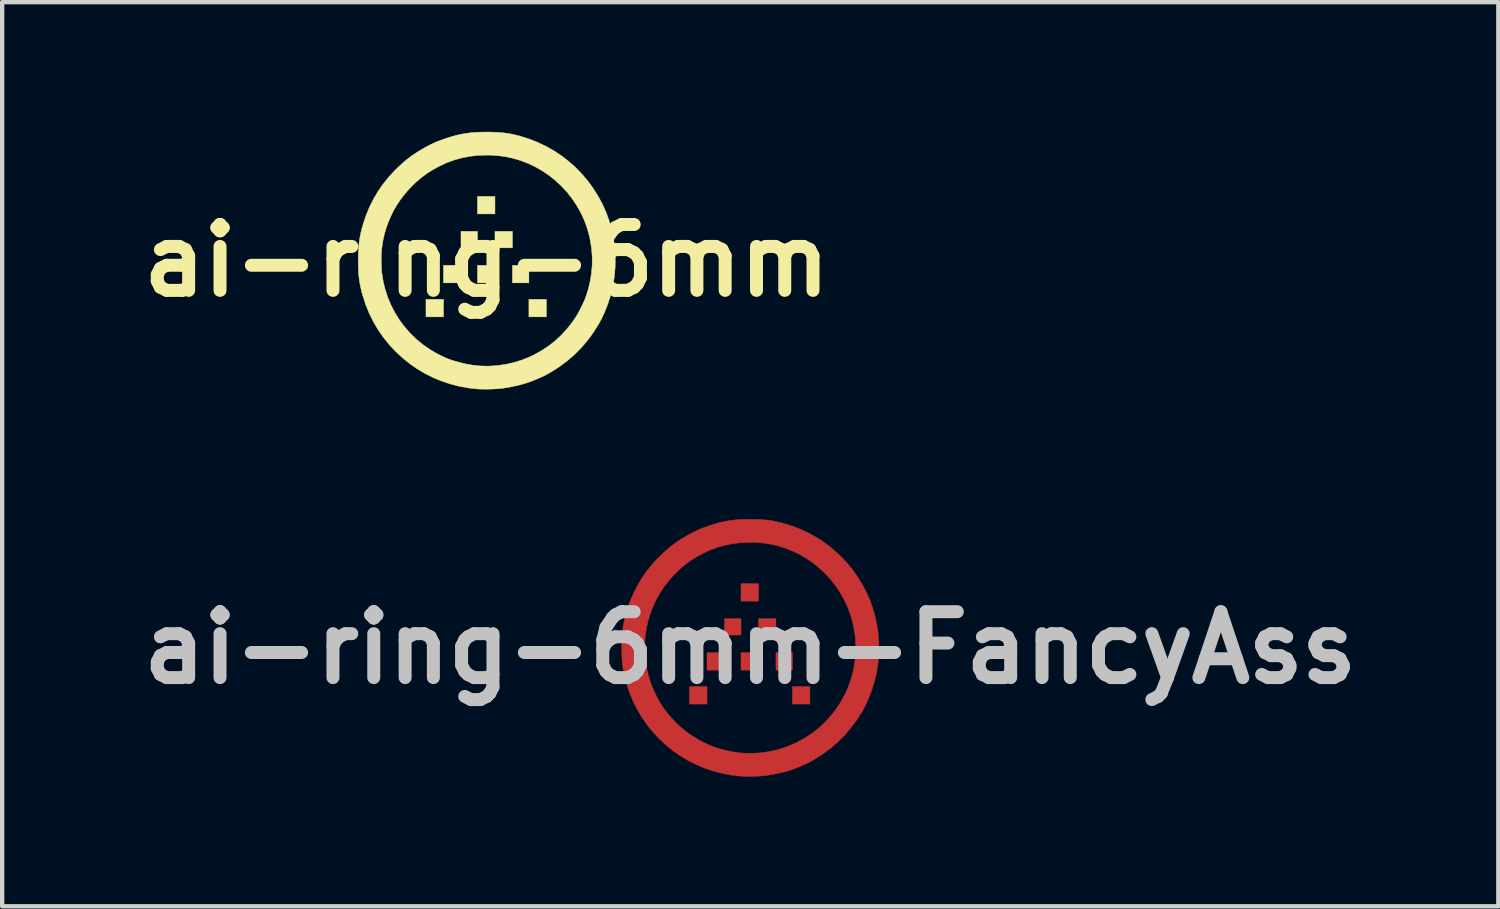
<source format=kicad_pcb>
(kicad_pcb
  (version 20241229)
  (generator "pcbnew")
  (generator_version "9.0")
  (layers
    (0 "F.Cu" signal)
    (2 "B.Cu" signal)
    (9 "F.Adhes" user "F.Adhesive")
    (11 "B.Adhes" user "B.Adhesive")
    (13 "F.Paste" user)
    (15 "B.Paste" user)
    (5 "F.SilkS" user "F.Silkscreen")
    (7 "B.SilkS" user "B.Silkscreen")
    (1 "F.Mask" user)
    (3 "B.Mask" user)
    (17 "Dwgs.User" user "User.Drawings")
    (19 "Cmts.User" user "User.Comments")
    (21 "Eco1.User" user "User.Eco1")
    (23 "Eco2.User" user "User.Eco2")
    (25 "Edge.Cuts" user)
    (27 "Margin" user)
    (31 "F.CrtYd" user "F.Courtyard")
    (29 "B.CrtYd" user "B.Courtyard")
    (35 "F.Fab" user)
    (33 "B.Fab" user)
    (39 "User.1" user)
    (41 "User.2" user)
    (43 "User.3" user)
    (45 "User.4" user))
  (footprint "ai-ring-6mm"
    (layer "F.Cu")
    (at 8.208 2.977)
    (property "Reference" "ai-ring-6mm" (at 0 0 0) (layer "F.SilkS") (effects (font (size 1.524 1.524) (thickness 0.3))))
    (attr through_hole)
    (fp_poly (pts (xy -1 1.302) (xy -1.405 1.302) (xy -1.405 0.897) (xy -1 0.897) (xy -1 1.302)) (stroke (width 0.01) (type solid)) (fill yes) (layer "F.SilkS"))
    (fp_poly (pts (xy -0.595 0.516) (xy -1 0.516) (xy -1 0.111) (xy -0.595 0.111) (xy -0.595 0.516)) (stroke (width 0.01) (type solid)) (fill yes) (layer "F.SilkS"))
    (fp_poly (pts (xy -0.214 -0.294) (xy -0.595 -0.294) (xy -0.595 -0.675) (xy -0.214 -0.675) (xy -0.214 -0.294)) (stroke (width 0.01) (type solid)) (fill yes) (layer "F.SilkS"))
    (fp_poly (pts (xy 0.191 -1.079) (xy -0.214 -1.079) (xy -0.214 -1.484) (xy 0.191 -1.484) (xy 0.191 -1.079)) (stroke (width 0.01) (type solid)) (fill yes) (layer "F.SilkS"))
    (fp_poly (pts (xy 0.191 0.516) (xy -0.214 0.516) (xy -0.214 0.111) (xy 0.191 0.111) (xy 0.191 0.516)) (stroke (width 0.01) (type solid)) (fill yes) (layer "F.SilkS"))
    (fp_poly (pts (xy 0.595 -0.294) (xy 0.191 -0.294) (xy 0.191 -0.675) (xy 0.595 -0.675) (xy 0.595 -0.294)) (stroke (width 0.01) (type solid)) (fill yes) (layer "F.SilkS"))
    (fp_poly (pts (xy 0.976 0.516) (xy 0.595 0.516) (xy 0.595 0.111) (xy 0.976 0.111) (xy 0.976 0.516)) (stroke (width 0.01) (type solid)) (fill yes) (layer "F.SilkS"))
    (fp_poly (pts (xy 1.381 1.302) (xy 0.976 1.302) (xy 0.976 0.897) (xy 1.381 0.897) (xy 1.381 1.302)) (stroke (width 0.01) (type solid)) (fill yes) (layer "F.SilkS"))
    (fp_poly (pts (xy 0.004 -2.972) (xy 0.128 -2.971) (xy 0.24 -2.966) (xy 0.342 -2.959) (xy 0.439 -2.948) (xy 0.533 -2.933) (xy 0.628 -2.914) (xy 0.727 -2.89) (xy 0.773 -2.878) (xy 0.981 -2.812) (xy 1.183 -2.733) (xy 1.378 -2.64) (xy 1.565 -2.534) (xy 1.743 -2.414) (xy 1.895 -2.296) (xy 2.053 -2.156) (xy 2.2 -2.004) (xy 2.337 -1.843) (xy 2.461 -1.673) (xy 2.573 -1.496) (xy 2.673 -1.313) (xy 2.758 -1.124) (xy 2.829 -0.93) (xy 2.878 -0.762) (xy 2.911 -0.622) (xy 2.936 -0.49) (xy 2.955 -0.361) (xy 2.967 -0.229) (xy 2.973 -0.089) (xy 2.974 -0.064) (xy 2.971 0.155) (xy 2.953 0.37) (xy 2.92 0.581) (xy 2.87 0.788) (xy 2.806 0.993) (xy 2.742 1.156) (xy 2.714 1.222) (xy 2.689 1.276) (xy 2.668 1.323) (xy 2.646 1.366) (xy 2.623 1.408) (xy 2.597 1.455) (xy 2.568 1.504) (xy 2.449 1.69) (xy 2.318 1.865) (xy 2.177 2.028) (xy 2.025 2.18) (xy 1.861 2.321) (xy 1.687 2.451) (xy 1.504 2.568) (xy 1.451 2.599) (xy 1.405 2.625) (xy 1.363 2.648) (xy 1.32 2.669) (xy 1.273 2.691) (xy 1.218 2.715) (xy 1.156 2.742) (xy 1.06 2.781) (xy 0.972 2.814) (xy 0.884 2.843) (xy 0.793 2.869) (xy 0.71 2.889) (xy 0.546 2.925) (xy 0.389 2.951) (xy 0.235 2.967) (xy 0.079 2.974) (xy -0.012 2.975) (xy -0.063 2.974) (xy -0.111 2.974) (xy -0.153 2.973) (xy -0.186 2.972) (xy -0.206 2.971) (xy -0.206 2.971) (xy -0.423 2.947) (xy -0.635 2.908) (xy -0.844 2.854) (xy -1.047 2.786) (xy -1.244 2.704) (xy -1.435 2.608) (xy -1.618 2.499) (xy -1.769 2.394) (xy -1.942 2.255) (xy -2.102 2.107) (xy -2.251 1.949) (xy -2.386 1.782) (xy -2.509 1.605) (xy -2.618 1.42) (xy -2.714 1.227) (xy -2.797 1.025) (xy -2.865 0.816) (xy -2.878 0.773) (xy -2.904 0.671) (xy -2.925 0.575) (xy -2.942 0.48) (xy -2.955 0.385) (xy -2.964 0.285) (xy -2.969 0.178) (xy -2.972 0.06) (xy -2.972 0.004) (xy -2.971 -0.051) (xy -2.439 -0.051) (xy -2.439 0.029) (xy -2.437 0.108) (xy -2.434 0.184) (xy -2.43 0.25) (xy -2.426 0.286) (xy -2.394 0.483) (xy -2.347 0.675) (xy -2.286 0.86) (xy -2.21 1.039) (xy -2.12 1.212) (xy -2.017 1.377) (xy -1.899 1.534) (xy -1.767 1.684) (xy -1.745 1.707) (xy -1.611 1.834) (xy -1.465 1.952) (xy -1.31 2.059) (xy -1.15 2.153) (xy -1.104 2.177) (xy -1.03 2.213) (xy -0.964 2.243) (xy -0.904 2.269) (xy -0.844 2.292) (xy -0.779 2.313) (xy -0.714 2.333) (xy -0.525 2.383) (xy -0.339 2.417) (xy -0.156 2.437) (xy 0.028 2.442) (xy 0.212 2.432) (xy 0.278 2.425) (xy 0.465 2.396) (xy 0.645 2.354) (xy 0.819 2.299) (xy 0.991 2.229) (xy 1.088 2.183) (xy 1.259 2.089) (xy 1.418 1.986) (xy 1.567 1.871) (xy 1.706 1.745) (xy 1.836 1.606) (xy 1.959 1.454) (xy 2.067 1.298) (xy 2.092 1.257) (xy 2.121 1.205) (xy 2.153 1.145) (xy 2.185 1.082) (xy 2.216 1.019) (xy 2.244 0.959) (xy 2.267 0.907) (xy 2.281 0.873) (xy 2.344 0.682) (xy 2.391 0.489) (xy 2.423 0.295) (xy 2.439 0.102) (xy 2.44 -0.091) (xy 2.425 -0.283) (xy 2.394 -0.474) (xy 2.385 -0.52) (xy 2.351 -0.656) (xy 2.313 -0.782) (xy 2.268 -0.904) (xy 2.214 -1.027) (xy 2.177 -1.104) (xy 2.083 -1.273) (xy 1.976 -1.433) (xy 1.857 -1.585) (xy 1.726 -1.726) (xy 1.584 -1.857) (xy 1.433 -1.977) (xy 1.272 -2.084) (xy 1.103 -2.179) (xy 0.958 -2.247) (xy 0.787 -2.313) (xy 0.614 -2.365) (xy 0.439 -2.403) (xy 0.258 -2.427) (xy 0.071 -2.439) (xy 0.008 -2.439) (xy -0.19 -2.433) (xy -0.382 -2.412) (xy -0.568 -2.377) (xy -0.749 -2.327) (xy -0.926 -2.263) (xy -1.099 -2.182) (xy -1.27 -2.087) (xy -1.371 -2.023) (xy -1.51 -1.921) (xy -1.644 -1.807) (xy -1.772 -1.681) (xy -1.89 -1.546) (xy -1.999 -1.405) (xy -2.096 -1.257) (xy -2.179 -1.107) (xy -2.214 -1.034) (xy -2.276 -0.889) (xy -2.326 -0.75) (xy -2.366 -0.612) (xy -2.398 -0.471) (xy -2.421 -0.323) (xy -2.43 -0.254) (xy -2.435 -0.197) (xy -2.438 -0.128) (xy -2.439 -0.051) (xy -2.971 -0.051) (xy -2.97 -0.139) (xy -2.964 -0.27) (xy -2.954 -0.392) (xy -2.938 -0.509) (xy -2.916 -0.623) (xy -2.888 -0.739) (xy -2.853 -0.859) (xy -2.81 -0.988) (xy -2.795 -1.032) (xy -2.716 -1.227) (xy -2.623 -1.415) (xy -2.516 -1.597) (xy -2.395 -1.771) (xy -2.26 -1.939) (xy -2.111 -2.099) (xy -1.949 -2.252) (xy -1.842 -2.342) (xy -1.756 -2.407) (xy -1.659 -2.475) (xy -1.553 -2.542) (xy -1.443 -2.606) (xy -1.332 -2.666) (xy -1.224 -2.718) (xy -1.218 -2.721) (xy -1.148 -2.751) (xy -1.067 -2.782) (xy -0.979 -2.813) (xy -0.889 -2.843) (xy -0.8 -2.87) (xy -0.718 -2.893) (xy -0.686 -2.901) (xy -0.593 -2.922) (xy -0.504 -2.938) (xy -0.416 -2.951) (xy -0.325 -2.961) (xy -0.229 -2.967) (xy -0.125 -2.971) (xy -0.008 -2.972) (xy 0.004 -2.972)) (stroke (width 0.01) (type solid)) (fill yes) (layer "F.SilkS")))
  (footprint "ai-ring-6mm-FancyAss"
    (layer "F.Cu")
    (at 14.304 11.934)
    (property "Reference" "ai-ring-6mm-FancyAss" (at 0 0 0) (layer "Dwgs.User") (effects (font (size 1.524 1.524) (thickness 0.3))))
    (attr through_hole)
    (fp_poly (pts (xy -1 1.302) (xy -1.405 1.302) (xy -1.405 0.897) (xy -1 0.897) (xy -1 1.302)) (stroke (width 0.01) (type solid)) (fill yes) (layer "F.Cu"))
    (fp_poly (pts (xy -0.595 0.516) (xy -1 0.516) (xy -1 0.111) (xy -0.595 0.111) (xy -0.595 0.516)) (stroke (width 0.01) (type solid)) (fill yes) (layer "F.Cu"))
    (fp_poly (pts (xy -0.214 -0.294) (xy -0.595 -0.294) (xy -0.595 -0.675) (xy -0.214 -0.675) (xy -0.214 -0.294)) (stroke (width 0.01) (type solid)) (fill yes) (layer "F.Cu"))
    (fp_poly (pts (xy 0.191 -1.079) (xy -0.214 -1.079) (xy -0.214 -1.484) (xy 0.191 -1.484) (xy 0.191 -1.079)) (stroke (width 0.01) (type solid)) (fill yes) (layer "F.Cu"))
    (fp_poly (pts (xy 0.191 0.516) (xy -0.214 0.516) (xy -0.214 0.111) (xy 0.191 0.111) (xy 0.191 0.516)) (stroke (width 0.01) (type solid)) (fill yes) (layer "F.Cu"))
    (fp_poly (pts (xy 0.595 -0.294) (xy 0.191 -0.294) (xy 0.191 -0.675) (xy 0.595 -0.675) (xy 0.595 -0.294)) (stroke (width 0.01) (type solid)) (fill yes) (layer "F.Cu"))
    (fp_poly (pts (xy 0.976 0.516) (xy 0.595 0.516) (xy 0.595 0.111) (xy 0.976 0.111) (xy 0.976 0.516)) (stroke (width 0.01) (type solid)) (fill yes) (layer "F.Cu"))
    (fp_poly (pts (xy 1.381 1.302) (xy 0.976 1.302) (xy 0.976 0.897) (xy 1.381 0.897) (xy 1.381 1.302)) (stroke (width 0.01) (type solid)) (fill yes) (layer "F.Cu"))
    (fp_poly (pts (xy 0.004 -2.972) (xy 0.128 -2.971) (xy 0.24 -2.966) (xy 0.342 -2.959) (xy 0.439 -2.948) (xy 0.533 -2.933) (xy 0.628 -2.914) (xy 0.727 -2.89) (xy 0.773 -2.878) (xy 0.981 -2.812) (xy 1.183 -2.733) (xy 1.378 -2.64) (xy 1.565 -2.534) (xy 1.743 -2.414) (xy 1.895 -2.296) (xy 2.053 -2.156) (xy 2.2 -2.004) (xy 2.337 -1.843) (xy 2.461 -1.673) (xy 2.573 -1.496) (xy 2.673 -1.313) (xy 2.758 -1.124) (xy 2.829 -0.93) (xy 2.878 -0.762) (xy 2.911 -0.622) (xy 2.936 -0.49) (xy 2.955 -0.361) (xy 2.967 -0.229) (xy 2.973 -0.089) (xy 2.974 -0.064) (xy 2.971 0.155) (xy 2.953 0.37) (xy 2.92 0.581) (xy 2.87 0.788) (xy 2.806 0.993) (xy 2.742 1.156) (xy 2.714 1.222) (xy 2.689 1.276) (xy 2.668 1.323) (xy 2.646 1.366) (xy 2.623 1.408) (xy 2.597 1.455) (xy 2.568 1.504) (xy 2.449 1.69) (xy 2.318 1.865) (xy 2.177 2.028) (xy 2.025 2.18) (xy 1.861 2.321) (xy 1.687 2.451) (xy 1.504 2.568) (xy 1.451 2.599) (xy 1.405 2.625) (xy 1.363 2.648) (xy 1.32 2.669) (xy 1.273 2.691) (xy 1.218 2.715) (xy 1.156 2.742) (xy 1.06 2.781) (xy 0.972 2.814) (xy 0.884 2.843) (xy 0.793 2.869) (xy 0.71 2.889) (xy 0.546 2.925) (xy 0.389 2.951) (xy 0.235 2.967) (xy 0.079 2.974) (xy -0.012 2.975) (xy -0.063 2.974) (xy -0.111 2.974) (xy -0.153 2.973) (xy -0.186 2.972) (xy -0.206 2.971) (xy -0.206 2.971) (xy -0.423 2.947) (xy -0.635 2.908) (xy -0.844 2.854) (xy -1.047 2.786) (xy -1.244 2.704) (xy -1.435 2.608) (xy -1.618 2.499) (xy -1.769 2.394) (xy -1.942 2.255) (xy -2.102 2.107) (xy -2.251 1.949) (xy -2.386 1.782) (xy -2.509 1.605) (xy -2.618 1.42) (xy -2.714 1.227) (xy -2.797 1.025) (xy -2.865 0.816) (xy -2.878 0.773) (xy -2.904 0.671) (xy -2.925 0.575) (xy -2.942 0.48) (xy -2.955 0.385) (xy -2.964 0.285) (xy -2.969 0.178) (xy -2.972 0.06) (xy -2.972 0.004) (xy -2.971 -0.051) (xy -2.439 -0.051) (xy -2.439 0.029) (xy -2.437 0.108) (xy -2.434 0.184) (xy -2.43 0.25) (xy -2.426 0.286) (xy -2.394 0.483) (xy -2.347 0.675) (xy -2.286 0.86) (xy -2.21 1.039) (xy -2.12 1.212) (xy -2.017 1.377) (xy -1.899 1.534) (xy -1.767 1.684) (xy -1.745 1.707) (xy -1.611 1.834) (xy -1.465 1.952) (xy -1.31 2.059) (xy -1.15 2.153) (xy -1.104 2.177) (xy -1.03 2.213) (xy -0.964 2.243) (xy -0.904 2.269) (xy -0.844 2.292) (xy -0.779 2.313) (xy -0.714 2.333) (xy -0.525 2.383) (xy -0.339 2.417) (xy -0.156 2.437) (xy 0.028 2.442) (xy 0.212 2.432) (xy 0.278 2.425) (xy 0.465 2.396) (xy 0.645 2.354) (xy 0.819 2.299) (xy 0.991 2.229) (xy 1.088 2.183) (xy 1.259 2.089) (xy 1.418 1.986) (xy 1.567 1.871) (xy 1.706 1.745) (xy 1.836 1.606) (xy 1.959 1.454) (xy 2.067 1.298) (xy 2.092 1.257) (xy 2.121 1.205) (xy 2.153 1.145) (xy 2.185 1.082) (xy 2.216 1.019) (xy 2.244 0.959) (xy 2.267 0.907) (xy 2.281 0.873) (xy 2.344 0.682) (xy 2.391 0.489) (xy 2.423 0.295) (xy 2.439 0.102) (xy 2.44 -0.091) (xy 2.425 -0.283) (xy 2.394 -0.474) (xy 2.385 -0.52) (xy 2.351 -0.656) (xy 2.313 -0.782) (xy 2.268 -0.904) (xy 2.214 -1.027) (xy 2.177 -1.104) (xy 2.083 -1.273) (xy 1.976 -1.433) (xy 1.857 -1.585) (xy 1.726 -1.726) (xy 1.584 -1.857) (xy 1.433 -1.977) (xy 1.272 -2.084) (xy 1.103 -2.179) (xy 0.958 -2.247) (xy 0.787 -2.313) (xy 0.614 -2.365) (xy 0.439 -2.403) (xy 0.258 -2.427) (xy 0.071 -2.439) (xy 0.008 -2.439) (xy -0.19 -2.433) (xy -0.382 -2.412) (xy -0.568 -2.377) (xy -0.749 -2.327) (xy -0.926 -2.263) (xy -1.099 -2.182) (xy -1.27 -2.087) (xy -1.371 -2.023) (xy -1.51 -1.921) (xy -1.644 -1.807) (xy -1.772 -1.681) (xy -1.89 -1.546) (xy -1.999 -1.405) (xy -2.096 -1.257) (xy -2.179 -1.107) (xy -2.214 -1.034) (xy -2.276 -0.889) (xy -2.326 -0.75) (xy -2.366 -0.612) (xy -2.398 -0.471) (xy -2.421 -0.323) (xy -2.43 -0.254) (xy -2.435 -0.197) (xy -2.438 -0.128) (xy -2.439 -0.051) (xy -2.971 -0.051) (xy -2.97 -0.139) (xy -2.964 -0.27) (xy -2.954 -0.392) (xy -2.938 -0.509) (xy -2.916 -0.623) (xy -2.888 -0.739) (xy -2.853 -0.859) (xy -2.81 -0.988) (xy -2.795 -1.032) (xy -2.716 -1.227) (xy -2.623 -1.415) (xy -2.516 -1.597) (xy -2.395 -1.771) (xy -2.26 -1.939) (xy -2.111 -2.099) (xy -1.949 -2.252) (xy -1.842 -2.342) (xy -1.756 -2.407) (xy -1.659 -2.475) (xy -1.553 -2.542) (xy -1.443 -2.606) (xy -1.332 -2.666) (xy -1.224 -2.718) (xy -1.218 -2.721) (xy -1.148 -2.751) (xy -1.067 -2.782) (xy -0.979 -2.813) (xy -0.889 -2.843) (xy -0.8 -2.87) (xy -0.718 -2.893) (xy -0.686 -2.901) (xy -0.593 -2.922) (xy -0.504 -2.938) (xy -0.416 -2.951) (xy -0.325 -2.961) (xy -0.229 -2.967) (xy -0.125 -2.971) (xy -0.008 -2.972) (xy 0.004 -2.972)) (stroke (width 0.01) (type solid)) (fill yes) (layer "F.Cu")))
  (gr_rect
    (start -3 -3)
    (end 31.608 17.914)
    (stroke (width 0.1) (type default))
    (fill no)
    (layer "Edge.Cuts")))
</source>
